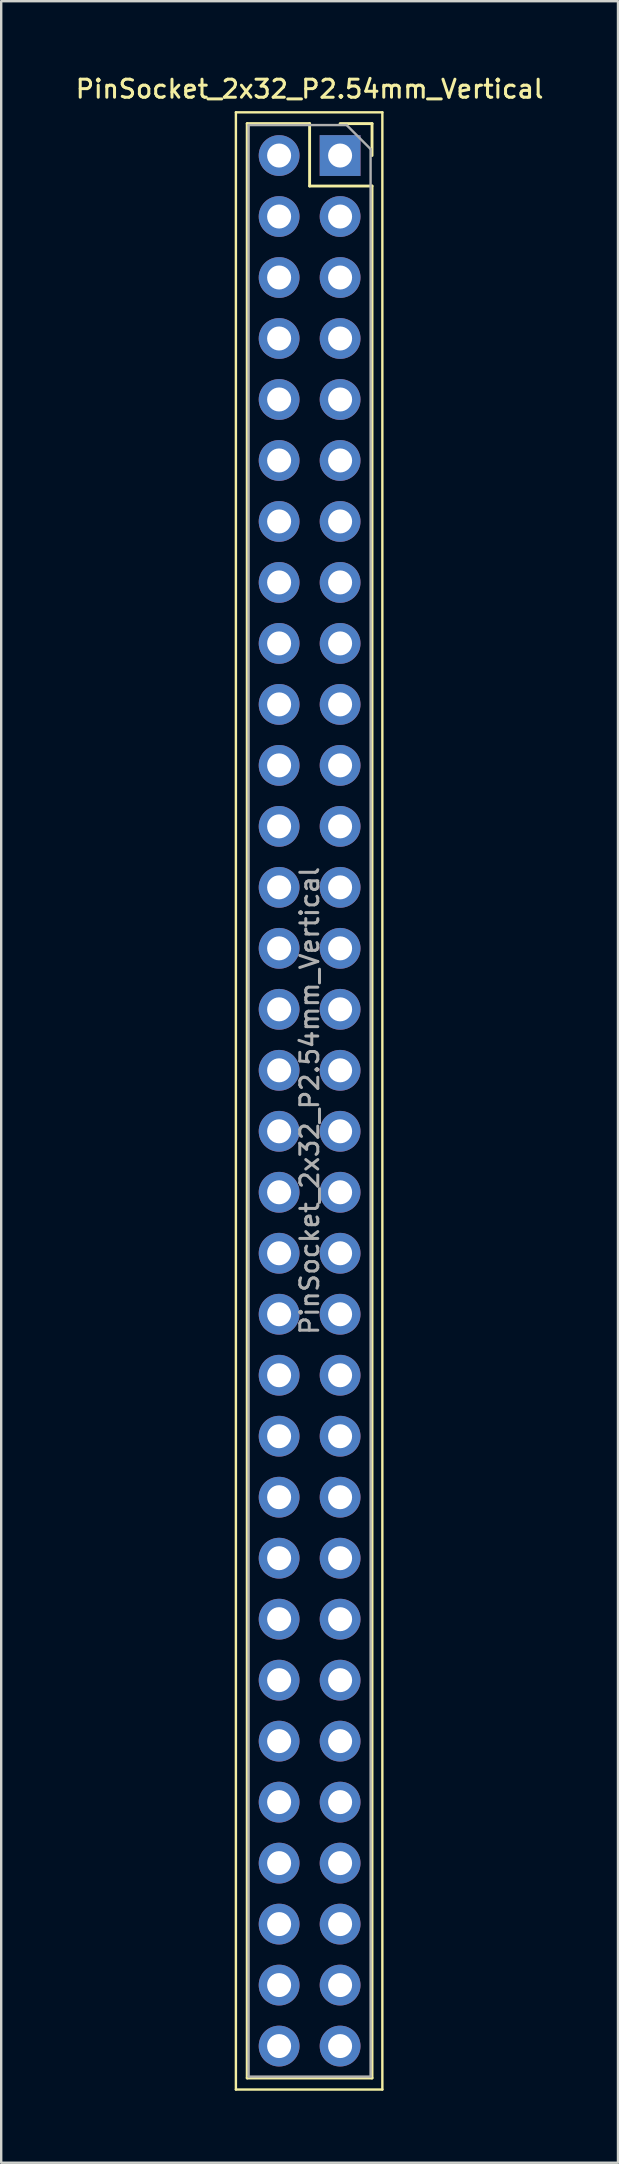
<source format=kicad_pcb>
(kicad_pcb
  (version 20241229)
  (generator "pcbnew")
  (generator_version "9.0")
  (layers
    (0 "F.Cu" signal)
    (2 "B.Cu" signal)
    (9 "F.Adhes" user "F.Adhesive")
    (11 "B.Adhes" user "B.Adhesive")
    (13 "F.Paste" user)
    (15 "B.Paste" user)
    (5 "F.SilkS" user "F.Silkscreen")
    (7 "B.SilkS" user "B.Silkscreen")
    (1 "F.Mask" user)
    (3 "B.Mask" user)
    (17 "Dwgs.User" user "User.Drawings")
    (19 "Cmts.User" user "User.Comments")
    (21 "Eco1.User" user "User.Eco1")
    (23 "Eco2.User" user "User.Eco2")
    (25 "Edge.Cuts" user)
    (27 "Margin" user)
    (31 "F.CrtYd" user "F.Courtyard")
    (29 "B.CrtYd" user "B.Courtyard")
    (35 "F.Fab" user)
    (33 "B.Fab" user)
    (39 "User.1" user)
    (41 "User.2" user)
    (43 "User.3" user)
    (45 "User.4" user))
  (footprint "PinSocket_2x32_P2.54mm_Vertical"
    (layer "F.Cu")
    (at 11.115 3.428)
    (property "Reference" "PinSocket_2x32_P2.54mm_Vertical" (at -1.27 -2.77 0) (layer "F.SilkS") (effects (font (size 0.75 0.75) (thickness 0.125))))
    (attr through_hole)
    (fp_line (start -4.34 -1.8) (end 1.76 -1.8) (stroke (width 0.1) (type solid)) (layer "F.SilkS"))
    (fp_line (start -4.34 80.55) (end -4.34 -1.8) (stroke (width 0.1) (type solid)) (layer "F.SilkS"))
    (fp_line (start -3.87 -1.33) (end -3.87 80.07) (stroke (width 0.12) (type solid)) (layer "F.SilkS"))
    (fp_line (start -3.87 -1.33) (end -1.27 -1.33) (stroke (width 0.12) (type solid)) (layer "F.SilkS"))
    (fp_line (start -3.87 80.07) (end 1.33 80.07) (stroke (width 0.12) (type solid)) (layer "F.SilkS"))
    (fp_line (start -1.27 -1.33) (end -1.27 1.27) (stroke (width 0.12) (type solid)) (layer "F.SilkS"))
    (fp_line (start -1.27 1.27) (end 1.33 1.27) (stroke (width 0.12) (type solid)) (layer "F.SilkS"))
    (fp_line (start 0 -1.33) (end 1.33 -1.33) (stroke (width 0.12) (type solid)) (layer "F.SilkS"))
    (fp_line (start 1.33 -1.33) (end 1.33 0) (stroke (width 0.12) (type solid)) (layer "F.SilkS"))
    (fp_line (start 1.33 1.27) (end 1.33 80.07) (stroke (width 0.12) (type solid)) (layer "F.SilkS"))
    (fp_line (start 1.76 -1.8) (end 1.76 80.55) (stroke (width 0.1) (type solid)) (layer "F.SilkS"))
    (fp_line (start 1.76 80.55) (end -4.34 80.55) (stroke (width 0.1) (type solid)) (layer "F.SilkS"))
    (fp_line (start -3.81 -1.27) (end 0.27 -1.27) (stroke (width 0.1) (type solid)) (layer "F.Fab"))
    (fp_line (start -3.81 80.01) (end -3.81 -1.27) (stroke (width 0.1) (type solid)) (layer "F.Fab"))
    (fp_line (start 0.27 -1.27) (end 1.27 -0.27) (stroke (width 0.1) (type solid)) (layer "F.Fab"))
    (fp_line (start 1.27 -0.27) (end 1.27 80.01) (stroke (width 0.1) (type solid)) (layer "F.Fab"))
    (fp_line (start 1.27 80.01) (end -3.81 80.01) (stroke (width 0.1) (type solid)) (layer "F.Fab"))
    (fp_text user "${REFERENCE}" (at -1.27 39.37 90) (layer "F.Fab") (effects (font (size 0.75 0.75) (thickness 0.125))))
    (pad "1" thru_hole rect (at 0 0) (size 1.7 1.7) (drill 1) (layers "*.Cu" "*.Mask"))
    (pad "2" thru_hole oval (at -2.54 0) (size 1.7 1.7) (drill 1) (layers "*.Cu" "*.Mask"))
    (pad "3" thru_hole oval (at 0 2.54) (size 1.7 1.7) (drill 1) (layers "*.Cu" "*.Mask"))
    (pad "4" thru_hole oval (at -2.54 2.54) (size 1.7 1.7) (drill 1) (layers "*.Cu" "*.Mask"))
    (pad "5" thru_hole oval (at 0 5.08) (size 1.7 1.7) (drill 1) (layers "*.Cu" "*.Mask"))
    (pad "6" thru_hole oval (at -2.54 5.08) (size 1.7 1.7) (drill 1) (layers "*.Cu" "*.Mask"))
    (pad "7" thru_hole oval (at 0 7.62) (size 1.7 1.7) (drill 1) (layers "*.Cu" "*.Mask"))
    (pad "8" thru_hole oval (at -2.54 7.62) (size 1.7 1.7) (drill 1) (layers "*.Cu" "*.Mask"))
    (pad "9" thru_hole oval (at 0 10.16) (size 1.7 1.7) (drill 1) (layers "*.Cu" "*.Mask"))
    (pad "10" thru_hole oval (at -2.54 10.16) (size 1.7 1.7) (drill 1) (layers "*.Cu" "*.Mask"))
    (pad "11" thru_hole oval (at 0 12.7) (size 1.7 1.7) (drill 1) (layers "*.Cu" "*.Mask"))
    (pad "12" thru_hole oval (at -2.54 12.7) (size 1.7 1.7) (drill 1) (layers "*.Cu" "*.Mask"))
    (pad "13" thru_hole oval (at 0 15.24) (size 1.7 1.7) (drill 1) (layers "*.Cu" "*.Mask"))
    (pad "14" thru_hole oval (at -2.54 15.24) (size 1.7 1.7) (drill 1) (layers "*.Cu" "*.Mask"))
    (pad "15" thru_hole oval (at 0 17.78) (size 1.7 1.7) (drill 1) (layers "*.Cu" "*.Mask"))
    (pad "16" thru_hole oval (at -2.54 17.78) (size 1.7 1.7) (drill 1) (layers "*.Cu" "*.Mask"))
    (pad "17" thru_hole oval (at 0 20.32) (size 1.7 1.7) (drill 1) (layers "*.Cu" "*.Mask"))
    (pad "18" thru_hole oval (at -2.54 20.32) (size 1.7 1.7) (drill 1) (layers "*.Cu" "*.Mask"))
    (pad "19" thru_hole oval (at 0 22.86) (size 1.7 1.7) (drill 1) (layers "*.Cu" "*.Mask"))
    (pad "20" thru_hole oval (at -2.54 22.86) (size 1.7 1.7) (drill 1) (layers "*.Cu" "*.Mask"))
    (pad "21" thru_hole oval (at 0 25.4) (size 1.7 1.7) (drill 1) (layers "*.Cu" "*.Mask"))
    (pad "22" thru_hole oval (at -2.54 25.4) (size 1.7 1.7) (drill 1) (layers "*.Cu" "*.Mask"))
    (pad "23" thru_hole oval (at 0 27.94) (size 1.7 1.7) (drill 1) (layers "*.Cu" "*.Mask"))
    (pad "24" thru_hole oval (at -2.54 27.94) (size 1.7 1.7) (drill 1) (layers "*.Cu" "*.Mask"))
    (pad "25" thru_hole oval (at 0 30.48) (size 1.7 1.7) (drill 1) (layers "*.Cu" "*.Mask"))
    (pad "26" thru_hole oval (at -2.54 30.48) (size 1.7 1.7) (drill 1) (layers "*.Cu" "*.Mask"))
    (pad "27" thru_hole oval (at 0 33.02) (size 1.7 1.7) (drill 1) (layers "*.Cu" "*.Mask"))
    (pad "28" thru_hole oval (at -2.54 33.02) (size 1.7 1.7) (drill 1) (layers "*.Cu" "*.Mask"))
    (pad "29" thru_hole oval (at 0 35.56) (size 1.7 1.7) (drill 1) (layers "*.Cu" "*.Mask"))
    (pad "30" thru_hole oval (at -2.54 35.56) (size 1.7 1.7) (drill 1) (layers "*.Cu" "*.Mask"))
    (pad "31" thru_hole oval (at 0 38.1) (size 1.7 1.7) (drill 1) (layers "*.Cu" "*.Mask"))
    (pad "32" thru_hole oval (at -2.54 38.1) (size 1.7 1.7) (drill 1) (layers "*.Cu" "*.Mask"))
    (pad "33" thru_hole oval (at 0 40.64) (size 1.7 1.7) (drill 1) (layers "*.Cu" "*.Mask"))
    (pad "34" thru_hole oval (at -2.54 40.64) (size 1.7 1.7) (drill 1) (layers "*.Cu" "*.Mask"))
    (pad "35" thru_hole oval (at 0 43.18) (size 1.7 1.7) (drill 1) (layers "*.Cu" "*.Mask"))
    (pad "36" thru_hole oval (at -2.54 43.18) (size 1.7 1.7) (drill 1) (layers "*.Cu" "*.Mask"))
    (pad "37" thru_hole oval (at 0 45.72) (size 1.7 1.7) (drill 1) (layers "*.Cu" "*.Mask"))
    (pad "38" thru_hole oval (at -2.54 45.72) (size 1.7 1.7) (drill 1) (layers "*.Cu" "*.Mask"))
    (pad "39" thru_hole oval (at 0 48.26) (size 1.7 1.7) (drill 1) (layers "*.Cu" "*.Mask"))
    (pad "40" thru_hole oval (at -2.54 48.26) (size 1.7 1.7) (drill 1) (layers "*.Cu" "*.Mask"))
    (pad "41" thru_hole oval (at 0 50.8) (size 1.7 1.7) (drill 1) (layers "*.Cu" "*.Mask"))
    (pad "42" thru_hole oval (at -2.54 50.8) (size 1.7 1.7) (drill 1) (layers "*.Cu" "*.Mask"))
    (pad "43" thru_hole oval (at 0 53.34) (size 1.7 1.7) (drill 1) (layers "*.Cu" "*.Mask"))
    (pad "44" thru_hole oval (at -2.54 53.34) (size 1.7 1.7) (drill 1) (layers "*.Cu" "*.Mask"))
    (pad "45" thru_hole oval (at 0 55.88) (size 1.7 1.7) (drill 1) (layers "*.Cu" "*.Mask"))
    (pad "46" thru_hole oval (at -2.54 55.88) (size 1.7 1.7) (drill 1) (layers "*.Cu" "*.Mask"))
    (pad "47" thru_hole oval (at 0 58.42) (size 1.7 1.7) (drill 1) (layers "*.Cu" "*.Mask"))
    (pad "48" thru_hole oval (at -2.54 58.42) (size 1.7 1.7) (drill 1) (layers "*.Cu" "*.Mask"))
    (pad "49" thru_hole oval (at 0 60.96) (size 1.7 1.7) (drill 1) (layers "*.Cu" "*.Mask"))
    (pad "50" thru_hole oval (at -2.54 60.96) (size 1.7 1.7) (drill 1) (layers "*.Cu" "*.Mask"))
    (pad "51" thru_hole oval (at 0 63.5) (size 1.7 1.7) (drill 1) (layers "*.Cu" "*.Mask"))
    (pad "52" thru_hole oval (at -2.54 63.5) (size 1.7 1.7) (drill 1) (layers "*.Cu" "*.Mask"))
    (pad "53" thru_hole oval (at 0 66.04) (size 1.7 1.7) (drill 1) (layers "*.Cu" "*.Mask"))
    (pad "54" thru_hole oval (at -2.54 66.04) (size 1.7 1.7) (drill 1) (layers "*.Cu" "*.Mask"))
    (pad "55" thru_hole oval (at 0 68.58) (size 1.7 1.7) (drill 1) (layers "*.Cu" "*.Mask"))
    (pad "56" thru_hole oval (at -2.54 68.58) (size 1.7 1.7) (drill 1) (layers "*.Cu" "*.Mask"))
    (pad "57" thru_hole oval (at 0 71.12) (size 1.7 1.7) (drill 1) (layers "*.Cu" "*.Mask"))
    (pad "58" thru_hole oval (at -2.54 71.12) (size 1.7 1.7) (drill 1) (layers "*.Cu" "*.Mask"))
    (pad "59" thru_hole oval (at 0 73.66) (size 1.7 1.7) (drill 1) (layers "*.Cu" "*.Mask"))
    (pad "60" thru_hole oval (at -2.54 73.66) (size 1.7 1.7) (drill 1) (layers "*.Cu" "*.Mask"))
    (pad "61" thru_hole oval (at 0 76.2) (size 1.7 1.7) (drill 1) (layers "*.Cu" "*.Mask"))
    (pad "62" thru_hole oval (at -2.54 76.2) (size 1.7 1.7) (drill 1) (layers "*.Cu" "*.Mask"))
    (pad "63" thru_hole oval (at 0 78.74) (size 1.7 1.7) (drill 1) (layers "*.Cu" "*.Mask"))
    (pad "64" thru_hole oval (at -2.54 78.74) (size 1.7 1.7) (drill 1) (layers "*.Cu" "*.Mask")))
  (gr_rect
    (start -3 -3)
    (end 22.689 87.028)
    (stroke (width 0.1) (type default))
    (fill no)
    (layer "Edge.Cuts")))
</source>
